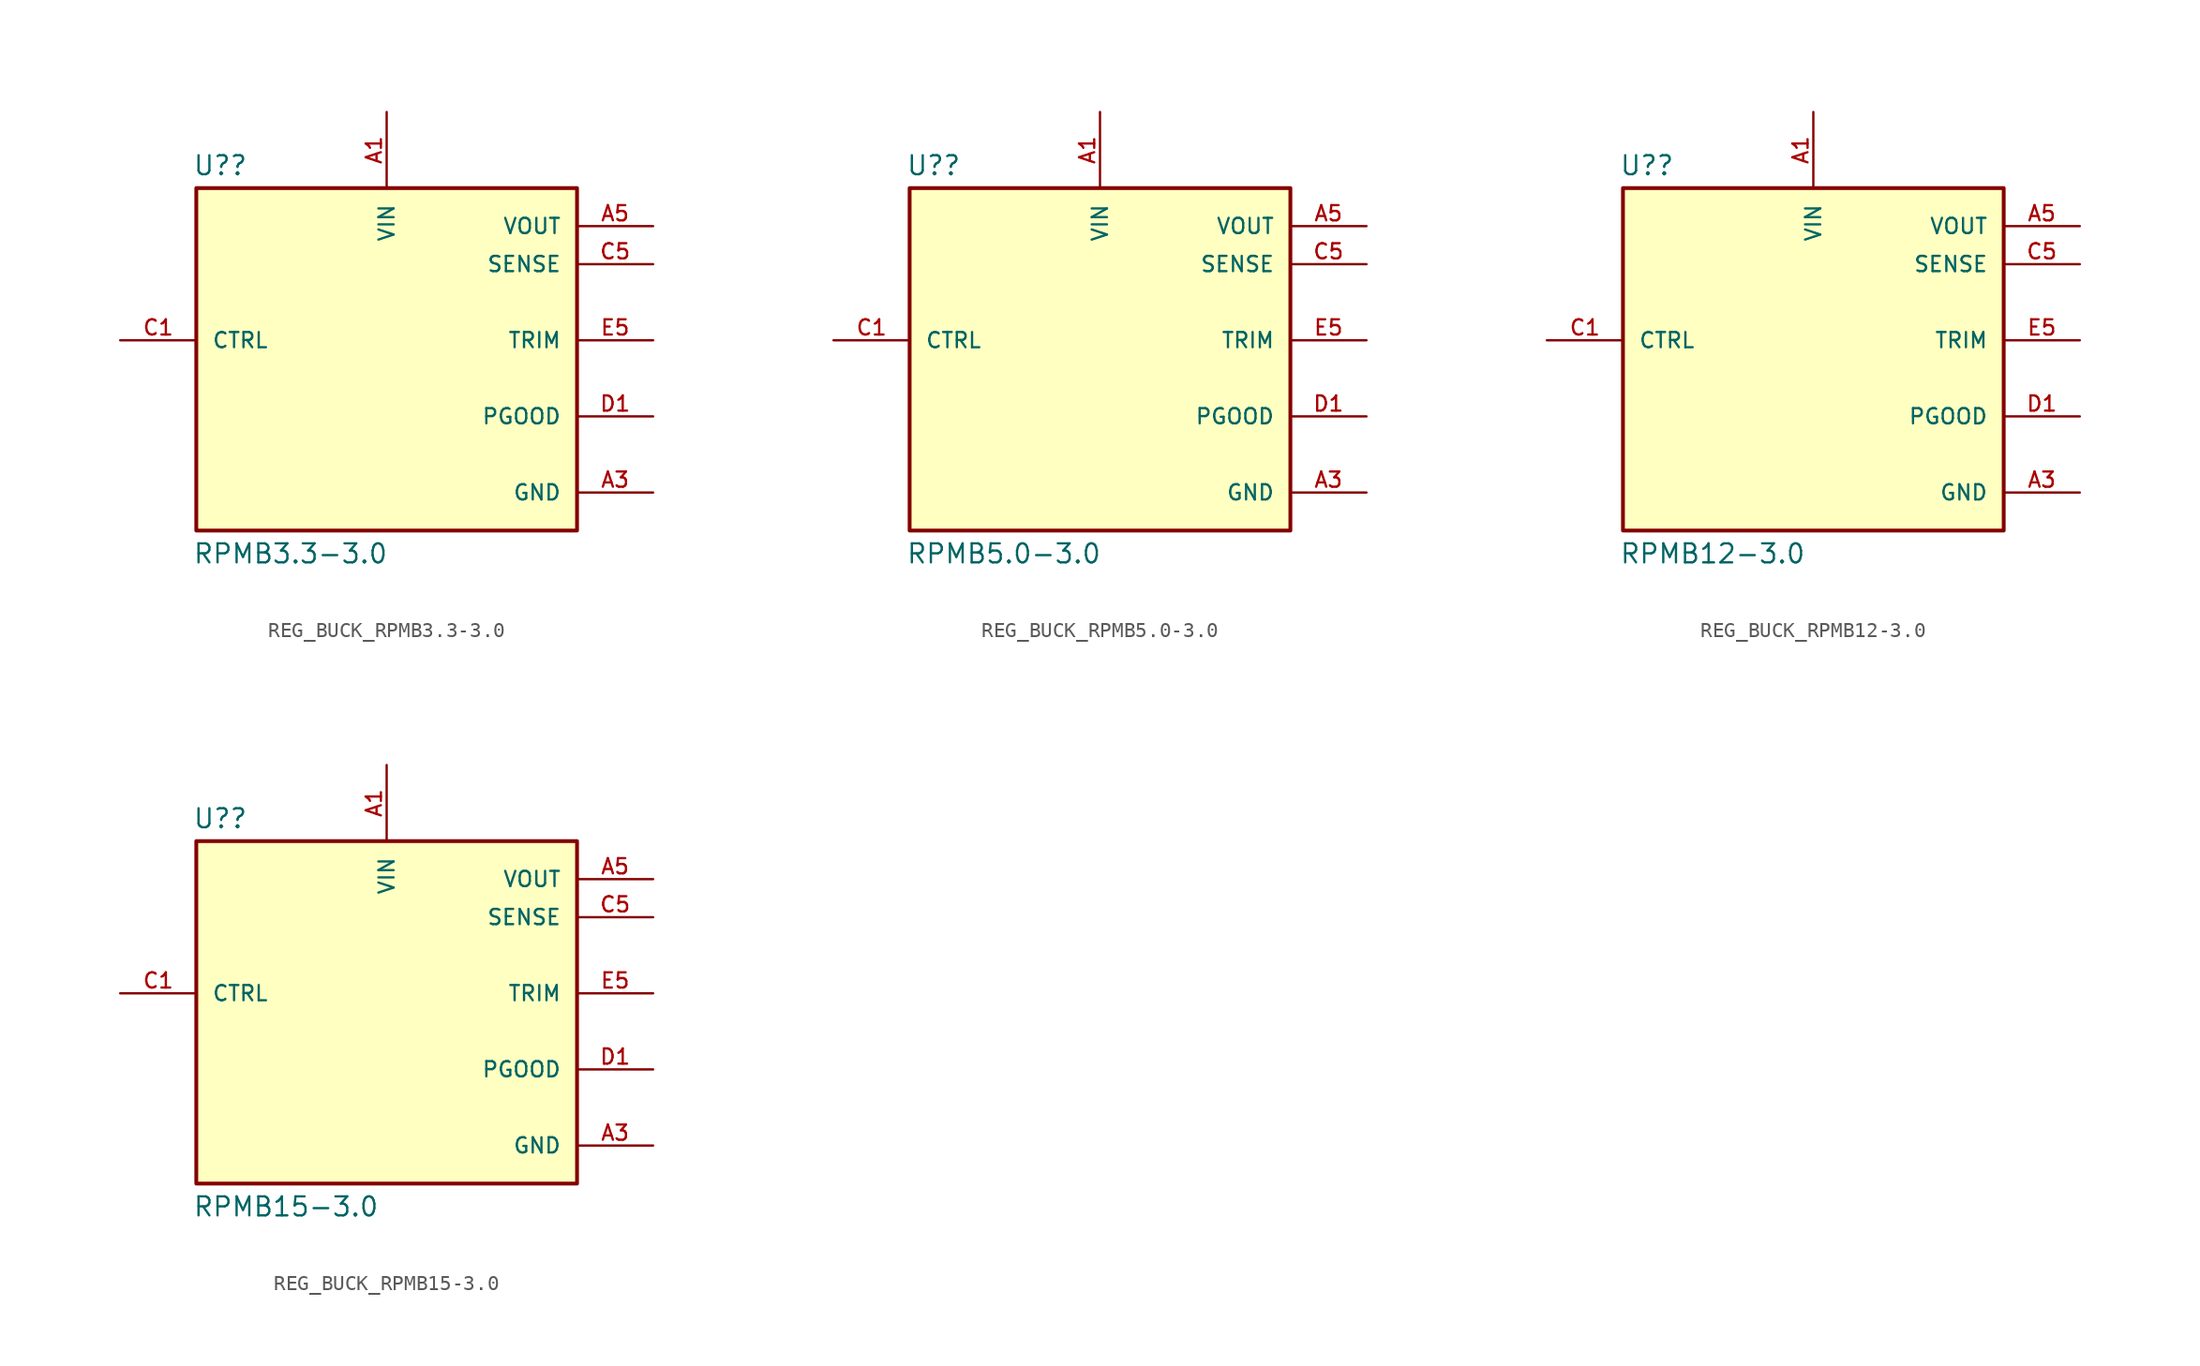
<source format=kicad_sym>
(kicad_symbol_lib
  (version 20231120)
  (generator "kicad_symbol_editor")
  (generator_version "8.0")
  (symbol "REG_BUCK_RPMB3.3-3.0"
    (pin_names
      (offset 1.016))
    (property "Reference" "U?"
      (at -12.954 13.462 0)
      (effects (font (size 1.27 1.27)) (justify left bottom)))
    (property "Value" "RPMB3.3-3.0"
      (at -12.954 -12.446 0)
      (effects (font (size 1.27 1.27)) (justify left bottom)))
    (symbol "REG_BUCK_RPMB3.3-3.0_0_0"
      (rectangle (start -12.7 -10.16) (end 12.7 12.7) (stroke (width 0.254) (type default)) (fill (type background)))
      (pin input line (at 0 17.78 270) (length 5.08) (name "VIN" (effects (font (size 1.016 1.016)))) (number "A1" (effects (font (size 1.016 1.016)))))
      (pin power_in line (at 17.78 -7.62 180) (length 5.08) (name "GND" (effects (font (size 1.016 1.016)))) (number "A3" (effects (font (size 1.016 1.016)))))
      (pin power_in line (at 17.78 -7.62 180) (length 5.08) hide (name "GND" (effects (font (size 1.016 1.016)))) (number "A4" (effects (font (size 1.016 1.016)))))
      (pin output line (at 17.78 10.16 180) (length 5.08) (name "VOUT" (effects (font (size 1.016 1.016)))) (number "A5" (effects (font (size 1.016 1.016)))))
      (pin power_in line (at 17.78 -7.62 180) (length 5.08) hide (name "GND" (effects (font (size 1.016 1.016)))) (number "B1" (effects (font (size 1.016 1.016)))))
      (pin power_in line (at 17.78 -7.62 180) (length 5.08) hide (name "GND" (effects (font (size 1.016 1.016)))) (number "B2" (effects (font (size 1.016 1.016)))))
      (pin power_in line (at 17.78 -7.62 180) (length 5.08) hide (name "GND" (effects (font (size 1.016 1.016)))) (number "B3" (effects (font (size 1.016 1.016)))))
      (pin power_in line (at 17.78 -7.62 180) (length 5.08) hide (name "GND" (effects (font (size 1.016 1.016)))) (number "B4" (effects (font (size 1.016 1.016)))))
      (pin output line (at 17.78 10.16 180) (length 5.08) hide (name "VOUT" (effects (font (size 1.016 1.016)))) (number "B5" (effects (font (size 1.016 1.016)))))
      (pin input line (at -17.78 2.54 0) (length 5.08) (name "CTRL" (effects (font (size 1.016 1.016)))) (number "C1" (effects (font (size 1.016 1.016)))))
      (pin power_in line (at 17.78 -7.62 180) (length 5.08) hide (name "GND" (effects (font (size 1.016 1.016)))) (number "C2" (effects (font (size 1.016 1.016)))))
      (pin power_in line (at 17.78 -7.62 180) (length 5.08) hide (name "GND" (effects (font (size 1.016 1.016)))) (number "C3" (effects (font (size 1.016 1.016)))))
      (pin power_in line (at 17.78 -7.62 180) (length 5.08) hide (name "GND" (effects (font (size 1.016 1.016)))) (number "C4" (effects (font (size 1.016 1.016)))))
      (pin input line (at 17.78 7.62 180) (length 5.08) (name "SENSE" (effects (font (size 1.016 1.016)))) (number "C5" (effects (font (size 1.016 1.016)))))
      (pin output line (at 17.78 -2.54 180) (length 5.08) (name "PGOOD" (effects (font (size 1.016 1.016)))) (number "D1" (effects (font (size 1.016 1.016)))))
      (pin power_in line (at 17.78 -7.62 180) (length 5.08) hide (name "GND" (effects (font (size 1.016 1.016)))) (number "D2" (effects (font (size 1.016 1.016)))))
      (pin power_in line (at 17.78 -7.62 180) (length 5.08) hide (name "GND" (effects (font (size 1.016 1.016)))) (number "D3" (effects (font (size 1.016 1.016)))))
      (pin power_in line (at 17.78 -7.62 180) (length 5.08) hide (name "GND" (effects (font (size 1.016 1.016)))) (number "D4" (effects (font (size 1.016 1.016)))))
      (pin power_in line (at 17.78 -7.62 180) (length 5.08) hide (name "GND" (effects (font (size 1.016 1.016)))) (number "D5" (effects (font (size 1.016 1.016)))))
      (pin power_in line (at 17.78 -7.62 180) (length 5.08) hide (name "GND" (effects (font (size 1.016 1.016)))) (number "E3" (effects (font (size 1.016 1.016)))))
      (pin power_in line (at 17.78 -7.62 180) (length 5.08) hide (name "GND" (effects (font (size 1.016 1.016)))) (number "E4" (effects (font (size 1.016 1.016)))))
      (pin passive line (at 17.78 2.54 180) (length 5.08) (name "TRIM" (effects (font (size 1.016 1.016)))) (number "E5" (effects (font (size 1.016 1.016))))))
    (symbol "REG_BUCK_RPMB3.3-3.0_1_0"
      (pin input line (at 0 17.78 270) (length 5.08) hide (name "VIN" (effects (font (size 1.016 1.016)))) (number "A2" (effects (font (size 1.016 1.016)))))
      (pin no_connect line (at -17.78 -2.54 0) (length 5.08) hide (name "NC" (effects (font (size 1.016 1.016)))) (number "E1" (effects (font (size 1.016 1.016)))))
      (pin no_connect line (at -17.78 -2.54 0) (length 5.08) hide (name "NC" (effects (font (size 1.016 1.016)))) (number "E2" (effects (font (size 1.016 1.016)))))))
  (symbol "REG_BUCK_RPMB5.0-3.0"
    (pin_names
      (offset 1.016))
    (property "Reference" "U?"
      (at -12.954 13.462 0)
      (effects (font (size 1.27 1.27)) (justify left bottom)))
    (property "Value" "RPMB5.0-3.0"
      (at -12.954 -12.446 0)
      (effects (font (size 1.27 1.27)) (justify left bottom)))
    (symbol "REG_BUCK_RPMB5.0-3.0_0_0"
      (rectangle (start -12.7 -10.16) (end 12.7 12.7) (stroke (width 0.254) (type default)) (fill (type background)))
      (pin input line (at 0 17.78 270) (length 5.08) (name "VIN" (effects (font (size 1.016 1.016)))) (number "A1" (effects (font (size 1.016 1.016)))))
      (pin power_in line (at 17.78 -7.62 180) (length 5.08) (name "GND" (effects (font (size 1.016 1.016)))) (number "A3" (effects (font (size 1.016 1.016)))))
      (pin power_in line (at 17.78 -7.62 180) (length 5.08) hide (name "GND" (effects (font (size 1.016 1.016)))) (number "A4" (effects (font (size 1.016 1.016)))))
      (pin output line (at 17.78 10.16 180) (length 5.08) (name "VOUT" (effects (font (size 1.016 1.016)))) (number "A5" (effects (font (size 1.016 1.016)))))
      (pin power_in line (at 17.78 -7.62 180) (length 5.08) hide (name "GND" (effects (font (size 1.016 1.016)))) (number "B1" (effects (font (size 1.016 1.016)))))
      (pin power_in line (at 17.78 -7.62 180) (length 5.08) hide (name "GND" (effects (font (size 1.016 1.016)))) (number "B2" (effects (font (size 1.016 1.016)))))
      (pin power_in line (at 17.78 -7.62 180) (length 5.08) hide (name "GND" (effects (font (size 1.016 1.016)))) (number "B3" (effects (font (size 1.016 1.016)))))
      (pin power_in line (at 17.78 -7.62 180) (length 5.08) hide (name "GND" (effects (font (size 1.016 1.016)))) (number "B4" (effects (font (size 1.016 1.016)))))
      (pin output line (at 17.78 10.16 180) (length 5.08) hide (name "VOUT" (effects (font (size 1.016 1.016)))) (number "B5" (effects (font (size 1.016 1.016)))))
      (pin input line (at -17.78 2.54 0) (length 5.08) (name "CTRL" (effects (font (size 1.016 1.016)))) (number "C1" (effects (font (size 1.016 1.016)))))
      (pin power_in line (at 17.78 -7.62 180) (length 5.08) hide (name "GND" (effects (font (size 1.016 1.016)))) (number "C2" (effects (font (size 1.016 1.016)))))
      (pin power_in line (at 17.78 -7.62 180) (length 5.08) hide (name "GND" (effects (font (size 1.016 1.016)))) (number "C3" (effects (font (size 1.016 1.016)))))
      (pin power_in line (at 17.78 -7.62 180) (length 5.08) hide (name "GND" (effects (font (size 1.016 1.016)))) (number "C4" (effects (font (size 1.016 1.016)))))
      (pin input line (at 17.78 7.62 180) (length 5.08) (name "SENSE" (effects (font (size 1.016 1.016)))) (number "C5" (effects (font (size 1.016 1.016)))))
      (pin output line (at 17.78 -2.54 180) (length 5.08) (name "PGOOD" (effects (font (size 1.016 1.016)))) (number "D1" (effects (font (size 1.016 1.016)))))
      (pin power_in line (at 17.78 -7.62 180) (length 5.08) hide (name "GND" (effects (font (size 1.016 1.016)))) (number "D2" (effects (font (size 1.016 1.016)))))
      (pin power_in line (at 17.78 -7.62 180) (length 5.08) hide (name "GND" (effects (font (size 1.016 1.016)))) (number "D3" (effects (font (size 1.016 1.016)))))
      (pin power_in line (at 17.78 -7.62 180) (length 5.08) hide (name "GND" (effects (font (size 1.016 1.016)))) (number "D4" (effects (font (size 1.016 1.016)))))
      (pin power_in line (at 17.78 -7.62 180) (length 5.08) hide (name "GND" (effects (font (size 1.016 1.016)))) (number "D5" (effects (font (size 1.016 1.016)))))
      (pin power_in line (at 17.78 -7.62 180) (length 5.08) hide (name "GND" (effects (font (size 1.016 1.016)))) (number "E3" (effects (font (size 1.016 1.016)))))
      (pin power_in line (at 17.78 -7.62 180) (length 5.08) hide (name "GND" (effects (font (size 1.016 1.016)))) (number "E4" (effects (font (size 1.016 1.016)))))
      (pin passive line (at 17.78 2.54 180) (length 5.08) (name "TRIM" (effects (font (size 1.016 1.016)))) (number "E5" (effects (font (size 1.016 1.016))))))
    (symbol "REG_BUCK_RPMB5.0-3.0_1_0"
      (pin input line (at 0 17.78 270) (length 5.08) hide (name "VIN" (effects (font (size 1.016 1.016)))) (number "A2" (effects (font (size 1.016 1.016)))))
      (pin no_connect line (at -17.78 -2.54 0) (length 5.08) hide (name "NC" (effects (font (size 1.016 1.016)))) (number "E1" (effects (font (size 1.016 1.016)))))
      (pin no_connect line (at -17.78 -2.54 0) (length 5.08) hide (name "NC" (effects (font (size 1.016 1.016)))) (number "E2" (effects (font (size 1.016 1.016)))))))
  (symbol "REG_BUCK_RPMB12-3.0"
    (pin_names
      (offset 1.016))
    (property "Reference" "U?"
      (at -12.954 13.462 0)
      (effects (font (size 1.27 1.27)) (justify left bottom)))
    (property "Value" "RPMB12-3.0"
      (at -12.954 -12.446 0)
      (effects (font (size 1.27 1.27)) (justify left bottom)))
    (symbol "REG_BUCK_RPMB12-3.0_0_0"
      (rectangle (start -12.7 -10.16) (end 12.7 12.7) (stroke (width 0.254) (type default)) (fill (type background)))
      (pin input line (at 0 17.78 270) (length 5.08) (name "VIN" (effects (font (size 1.016 1.016)))) (number "A1" (effects (font (size 1.016 1.016)))))
      (pin power_in line (at 17.78 -7.62 180) (length 5.08) (name "GND" (effects (font (size 1.016 1.016)))) (number "A3" (effects (font (size 1.016 1.016)))))
      (pin power_in line (at 17.78 -7.62 180) (length 5.08) hide (name "GND" (effects (font (size 1.016 1.016)))) (number "A4" (effects (font (size 1.016 1.016)))))
      (pin output line (at 17.78 10.16 180) (length 5.08) (name "VOUT" (effects (font (size 1.016 1.016)))) (number "A5" (effects (font (size 1.016 1.016)))))
      (pin power_in line (at 17.78 -7.62 180) (length 5.08) hide (name "GND" (effects (font (size 1.016 1.016)))) (number "B1" (effects (font (size 1.016 1.016)))))
      (pin power_in line (at 17.78 -7.62 180) (length 5.08) hide (name "GND" (effects (font (size 1.016 1.016)))) (number "B2" (effects (font (size 1.016 1.016)))))
      (pin power_in line (at 17.78 -7.62 180) (length 5.08) hide (name "GND" (effects (font (size 1.016 1.016)))) (number "B3" (effects (font (size 1.016 1.016)))))
      (pin power_in line (at 17.78 -7.62 180) (length 5.08) hide (name "GND" (effects (font (size 1.016 1.016)))) (number "B4" (effects (font (size 1.016 1.016)))))
      (pin output line (at 17.78 10.16 180) (length 5.08) hide (name "VOUT" (effects (font (size 1.016 1.016)))) (number "B5" (effects (font (size 1.016 1.016)))))
      (pin input line (at -17.78 2.54 0) (length 5.08) (name "CTRL" (effects (font (size 1.016 1.016)))) (number "C1" (effects (font (size 1.016 1.016)))))
      (pin power_in line (at 17.78 -7.62 180) (length 5.08) hide (name "GND" (effects (font (size 1.016 1.016)))) (number "C2" (effects (font (size 1.016 1.016)))))
      (pin power_in line (at 17.78 -7.62 180) (length 5.08) hide (name "GND" (effects (font (size 1.016 1.016)))) (number "C3" (effects (font (size 1.016 1.016)))))
      (pin power_in line (at 17.78 -7.62 180) (length 5.08) hide (name "GND" (effects (font (size 1.016 1.016)))) (number "C4" (effects (font (size 1.016 1.016)))))
      (pin input line (at 17.78 7.62 180) (length 5.08) (name "SENSE" (effects (font (size 1.016 1.016)))) (number "C5" (effects (font (size 1.016 1.016)))))
      (pin output line (at 17.78 -2.54 180) (length 5.08) (name "PGOOD" (effects (font (size 1.016 1.016)))) (number "D1" (effects (font (size 1.016 1.016)))))
      (pin power_in line (at 17.78 -7.62 180) (length 5.08) hide (name "GND" (effects (font (size 1.016 1.016)))) (number "D2" (effects (font (size 1.016 1.016)))))
      (pin power_in line (at 17.78 -7.62 180) (length 5.08) hide (name "GND" (effects (font (size 1.016 1.016)))) (number "D3" (effects (font (size 1.016 1.016)))))
      (pin power_in line (at 17.78 -7.62 180) (length 5.08) hide (name "GND" (effects (font (size 1.016 1.016)))) (number "D4" (effects (font (size 1.016 1.016)))))
      (pin power_in line (at 17.78 -7.62 180) (length 5.08) hide (name "GND" (effects (font (size 1.016 1.016)))) (number "D5" (effects (font (size 1.016 1.016)))))
      (pin power_in line (at 17.78 -7.62 180) (length 5.08) hide (name "GND" (effects (font (size 1.016 1.016)))) (number "E3" (effects (font (size 1.016 1.016)))))
      (pin power_in line (at 17.78 -7.62 180) (length 5.08) hide (name "GND" (effects (font (size 1.016 1.016)))) (number "E4" (effects (font (size 1.016 1.016)))))
      (pin passive line (at 17.78 2.54 180) (length 5.08) (name "TRIM" (effects (font (size 1.016 1.016)))) (number "E5" (effects (font (size 1.016 1.016))))))
    (symbol "REG_BUCK_RPMB12-3.0_1_0"
      (pin input line (at 0 17.78 270) (length 5.08) hide (name "VIN" (effects (font (size 1.016 1.016)))) (number "A2" (effects (font (size 1.016 1.016)))))
      (pin no_connect line (at -17.78 -2.54 0) (length 5.08) hide (name "NC" (effects (font (size 1.016 1.016)))) (number "E1" (effects (font (size 1.016 1.016)))))
      (pin no_connect line (at -17.78 -2.54 0) (length 5.08) hide (name "NC" (effects (font (size 1.016 1.016)))) (number "E2" (effects (font (size 1.016 1.016)))))))
  (symbol "REG_BUCK_RPMB15-3.0"
    (pin_names
      (offset 1.016))
    (property "Reference" "U?"
      (at -12.954 13.462 0)
      (effects (font (size 1.27 1.27)) (justify left bottom)))
    (property "Value" "RPMB15-3.0"
      (at -12.954 -12.446 0)
      (effects (font (size 1.27 1.27)) (justify left bottom)))
    (symbol "REG_BUCK_RPMB15-3.0_0_0"
      (rectangle (start -12.7 -10.16) (end 12.7 12.7) (stroke (width 0.254) (type default)) (fill (type background)))
      (pin input line (at 0 17.78 270) (length 5.08) (name "VIN" (effects (font (size 1.016 1.016)))) (number "A1" (effects (font (size 1.016 1.016)))))
      (pin power_in line (at 17.78 -7.62 180) (length 5.08) (name "GND" (effects (font (size 1.016 1.016)))) (number "A3" (effects (font (size 1.016 1.016)))))
      (pin power_in line (at 17.78 -7.62 180) (length 5.08) hide (name "GND" (effects (font (size 1.016 1.016)))) (number "A4" (effects (font (size 1.016 1.016)))))
      (pin output line (at 17.78 10.16 180) (length 5.08) (name "VOUT" (effects (font (size 1.016 1.016)))) (number "A5" (effects (font (size 1.016 1.016)))))
      (pin power_in line (at 17.78 -7.62 180) (length 5.08) hide (name "GND" (effects (font (size 1.016 1.016)))) (number "B1" (effects (font (size 1.016 1.016)))))
      (pin power_in line (at 17.78 -7.62 180) (length 5.08) hide (name "GND" (effects (font (size 1.016 1.016)))) (number "B2" (effects (font (size 1.016 1.016)))))
      (pin power_in line (at 17.78 -7.62 180) (length 5.08) hide (name "GND" (effects (font (size 1.016 1.016)))) (number "B3" (effects (font (size 1.016 1.016)))))
      (pin power_in line (at 17.78 -7.62 180) (length 5.08) hide (name "GND" (effects (font (size 1.016 1.016)))) (number "B4" (effects (font (size 1.016 1.016)))))
      (pin output line (at 17.78 10.16 180) (length 5.08) hide (name "VOUT" (effects (font (size 1.016 1.016)))) (number "B5" (effects (font (size 1.016 1.016)))))
      (pin input line (at -17.78 2.54 0) (length 5.08) (name "CTRL" (effects (font (size 1.016 1.016)))) (number "C1" (effects (font (size 1.016 1.016)))))
      (pin power_in line (at 17.78 -7.62 180) (length 5.08) hide (name "GND" (effects (font (size 1.016 1.016)))) (number "C2" (effects (font (size 1.016 1.016)))))
      (pin power_in line (at 17.78 -7.62 180) (length 5.08) hide (name "GND" (effects (font (size 1.016 1.016)))) (number "C3" (effects (font (size 1.016 1.016)))))
      (pin power_in line (at 17.78 -7.62 180) (length 5.08) hide (name "GND" (effects (font (size 1.016 1.016)))) (number "C4" (effects (font (size 1.016 1.016)))))
      (pin input line (at 17.78 7.62 180) (length 5.08) (name "SENSE" (effects (font (size 1.016 1.016)))) (number "C5" (effects (font (size 1.016 1.016)))))
      (pin output line (at 17.78 -2.54 180) (length 5.08) (name "PGOOD" (effects (font (size 1.016 1.016)))) (number "D1" (effects (font (size 1.016 1.016)))))
      (pin power_in line (at 17.78 -7.62 180) (length 5.08) hide (name "GND" (effects (font (size 1.016 1.016)))) (number "D2" (effects (font (size 1.016 1.016)))))
      (pin power_in line (at 17.78 -7.62 180) (length 5.08) hide (name "GND" (effects (font (size 1.016 1.016)))) (number "D3" (effects (font (size 1.016 1.016)))))
      (pin power_in line (at 17.78 -7.62 180) (length 5.08) hide (name "GND" (effects (font (size 1.016 1.016)))) (number "D4" (effects (font (size 1.016 1.016)))))
      (pin power_in line (at 17.78 -7.62 180) (length 5.08) hide (name "GND" (effects (font (size 1.016 1.016)))) (number "D5" (effects (font (size 1.016 1.016)))))
      (pin power_in line (at 17.78 -7.62 180) (length 5.08) hide (name "GND" (effects (font (size 1.016 1.016)))) (number "E3" (effects (font (size 1.016 1.016)))))
      (pin power_in line (at 17.78 -7.62 180) (length 5.08) hide (name "GND" (effects (font (size 1.016 1.016)))) (number "E4" (effects (font (size 1.016 1.016)))))
      (pin passive line (at 17.78 2.54 180) (length 5.08) (name "TRIM" (effects (font (size 1.016 1.016)))) (number "E5" (effects (font (size 1.016 1.016))))))
    (symbol "REG_BUCK_RPMB15-3.0_1_0"
      (pin input line (at 0 17.78 270) (length 5.08) hide (name "VIN" (effects (font (size 1.016 1.016)))) (number "A2" (effects (font (size 1.016 1.016)))))
      (pin no_connect line (at -17.78 -2.54 0) (length 5.08) hide (name "NC" (effects (font (size 1.016 1.016)))) (number "E1" (effects (font (size 1.016 1.016)))))
      (pin no_connect line (at -17.78 -2.54 0) (length 5.08) hide (name "NC" (effects (font (size 1.016 1.016)))) (number "E2" (effects (font (size 1.016 1.016))))))))
</source>
